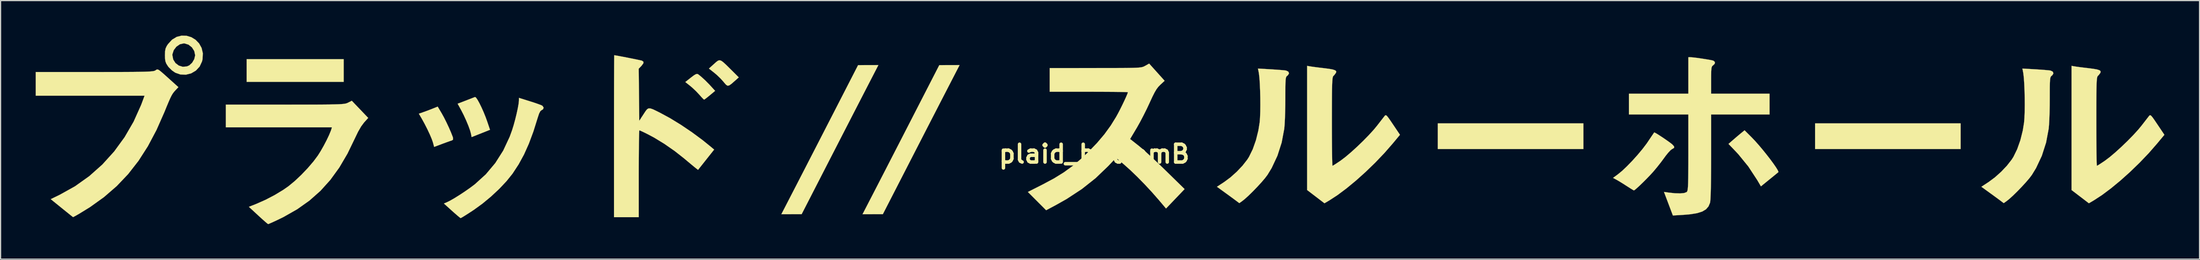
<source format=kicad_pcb>
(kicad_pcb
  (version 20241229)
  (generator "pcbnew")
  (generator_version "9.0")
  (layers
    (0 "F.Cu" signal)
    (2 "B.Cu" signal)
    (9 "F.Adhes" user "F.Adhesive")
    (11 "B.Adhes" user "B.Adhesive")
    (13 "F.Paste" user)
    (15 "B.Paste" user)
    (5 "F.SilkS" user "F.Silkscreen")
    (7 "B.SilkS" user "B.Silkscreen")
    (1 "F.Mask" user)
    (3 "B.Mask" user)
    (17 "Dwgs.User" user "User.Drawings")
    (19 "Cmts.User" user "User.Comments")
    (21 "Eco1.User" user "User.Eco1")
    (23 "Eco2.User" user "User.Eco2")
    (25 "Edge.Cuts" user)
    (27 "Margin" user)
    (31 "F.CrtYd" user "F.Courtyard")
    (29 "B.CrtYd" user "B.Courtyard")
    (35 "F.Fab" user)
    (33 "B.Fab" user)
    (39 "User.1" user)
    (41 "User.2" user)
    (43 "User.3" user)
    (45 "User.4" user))
  (footprint "plaid_bottomB"
    (layer "F.Cu")
    (at 90.514 10.151)
    (property "Reference" "plaid_bottomB" (at 0 0 0) (layer "F.SilkS") (effects (font (size 1.524 1.524) (thickness 0.3))))
    (attr through_hole)
    (fp_poly (pts (xy -64.177 -6.181) (xy -72.475 -6.181) (xy -72.475 -8.128) (xy -64.177 -8.128) (xy -64.177 -6.181)) (stroke (width 0.01) (type solid)) (fill yes) (layer "F.SilkS"))
    (fp_poly (pts (xy 41.825 -0.423) (xy 29.379 -0.423) (xy 29.379 -2.625) (xy 41.825 -2.625) (xy 41.825 -0.423)) (stroke (width 0.01) (type solid)) (fill yes) (layer "F.SilkS"))
    (fp_poly (pts (xy 74.083 -0.423) (xy 61.637 -0.423) (xy 61.637 -2.625) (xy 74.083 -2.625) (xy 74.083 -0.423)) (stroke (width 0.01) (type solid)) (fill yes) (layer "F.SilkS"))
    (fp_poly (pts (xy -31.9 -7.996) (xy -31.721 -7.868) (xy -31.478 -7.644) (xy -31.144 -7.313) (xy -31.051 -7.221) (xy -30.395 -6.567) (xy -30.755 -6.246) (xy -31.029 -6.007) (xy -31.216 -5.877) (xy -31.354 -5.854) (xy -31.484 -5.936) (xy -31.644 -6.12) (xy -31.697 -6.186) (xy -31.949 -6.467) (xy -32.261 -6.768) (xy -32.486 -6.959) (xy -32.947 -7.324) (xy -32.506 -7.722) (xy -32.319 -7.89) (xy -32.173 -7.998) (xy -32.042 -8.037) (xy -31.9 -7.996)) (stroke (width 0.01) (type solid)) (fill yes) (layer "F.SilkS"))
    (fp_poly (pts (xy -33.864 -6.831) (xy -33.593 -6.612) (xy -33.259 -6.305) (xy -32.909 -5.95) (xy -32.783 -5.813) (xy -32.418 -5.412) (xy -32.867 -5.036) (xy -33.097 -4.849) (xy -33.272 -4.713) (xy -33.358 -4.659) (xy -33.359 -4.659) (xy -33.431 -4.717) (xy -33.58 -4.871) (xy -33.77 -5.086) (xy -34.045 -5.379) (xy -34.36 -5.677) (xy -34.553 -5.841) (xy -34.966 -6.168) (xy -34.486 -6.549) (xy -34.224 -6.747) (xy -34.052 -6.847) (xy -33.936 -6.864) (xy -33.864 -6.831)) (stroke (width 0.01) (type solid)) (fill yes) (layer "F.SilkS"))
    (fp_poly (pts (xy -52.863 -4.832) (xy -52.734 -4.648) (xy -52.574 -4.36) (xy -52.396 -3.997) (xy -52.213 -3.587) (xy -52.039 -3.156) (xy -51.909 -2.794) (xy -51.666 -2.074) (xy -52.016 -1.935) (xy -52.31 -1.818) (xy -52.653 -1.681) (xy -52.802 -1.622) (xy -53.238 -1.449) (xy -53.292 -1.736) (xy -53.372 -2.028) (xy -53.515 -2.423) (xy -53.702 -2.873) (xy -53.913 -3.334) (xy -54.13 -3.759) (xy -54.144 -3.784) (xy -54.432 -4.309) (xy -53.738 -4.577) (xy -53.414 -4.703) (xy -53.145 -4.807) (xy -52.975 -4.873) (xy -52.945 -4.885) (xy -52.863 -4.832)) (stroke (width 0.01) (type solid)) (fill yes) (layer "F.SilkS"))
    (fp_poly (pts (xy -19.516 -5.567) (xy -19.762 -5.089) (xy -20.073 -4.484) (xy -20.438 -3.774) (xy -20.844 -2.983) (xy -21.28 -2.134) (xy -21.734 -1.249) (xy -22.193 -0.353) (xy -22.647 0.531) (xy -22.797 0.824) (xy -25.019 5.161) (xy -25.887 5.163) (xy -26.754 5.165) (xy -25.696 3.111) (xy -25.45 2.634) (xy -25.139 2.028) (xy -24.774 1.319) (xy -24.368 0.527) (xy -23.932 -0.322) (xy -23.478 -1.206) (xy -23.019 -2.102) (xy -22.565 -2.987) (xy -22.415 -3.279) (xy -20.193 -7.616) (xy -19.325 -7.618) (xy -18.458 -7.62) (xy -19.516 -5.567)) (stroke (width 0.01) (type solid)) (fill yes) (layer "F.SilkS"))
    (fp_poly (pts (xy -12.573 -5.567) (xy -12.819 -5.089) (xy -13.131 -4.484) (xy -13.495 -3.774) (xy -13.902 -2.983) (xy -14.338 -2.134) (xy -14.791 -1.249) (xy -15.251 -0.353) (xy -15.704 0.531) (xy -15.854 0.824) (xy -18.076 5.161) (xy -18.944 5.163) (xy -19.812 5.165) (xy -18.753 3.111) (xy -18.507 2.634) (xy -18.196 2.028) (xy -17.831 1.319) (xy -17.425 0.527) (xy -16.989 -0.322) (xy -16.535 -1.206) (xy -16.076 -2.102) (xy -15.622 -2.987) (xy -15.473 -3.279) (xy -13.25 -7.616) (xy -12.383 -7.618) (xy -11.515 -7.62) (xy -12.573 -5.567)) (stroke (width 0.01) (type solid)) (fill yes) (layer "F.SilkS"))
    (fp_poly (pts (xy 56.219 -1.418) (xy 56.508 -1.114) (xy 56.827 -0.753) (xy 57.159 -0.358) (xy 57.488 0.051) (xy 57.797 0.45) (xy 58.069 0.82) (xy 58.289 1.137) (xy 58.438 1.38) (xy 58.502 1.527) (xy 58.496 1.557) (xy 58.421 1.62) (xy 58.242 1.767) (xy 57.988 1.975) (xy 57.733 2.182) (xy 57.005 2.775) (xy 56.695 2.245) (xy 55.927 1.071) (xy 55.07 0.017) (xy 54.876 -0.19) (xy 54.233 -0.864) (xy 54.612 -1.195) (xy 54.886 -1.432) (xy 55.168 -1.67) (xy 55.299 -1.779) (xy 55.607 -2.031) (xy 56.219 -1.418)) (stroke (width 0.01) (type solid)) (fill yes) (layer "F.SilkS"))
    (fp_poly (pts (xy -55.8 -3.489) (xy -55.608 -3.142) (xy -55.396 -2.719) (xy -55.185 -2.27) (xy -55.001 -1.846) (xy -54.865 -1.498) (xy -54.828 -1.386) (xy -54.827 -1.228) (xy -54.925 -1.163) (xy -55.071 -1.115) (xy -55.328 -1.023) (xy -55.648 -0.906) (xy -55.759 -0.864) (xy -56.442 -0.608) (xy -56.544 -0.99) (xy -56.643 -1.276) (xy -56.807 -1.665) (xy -57.017 -2.114) (xy -57.253 -2.579) (xy -57.493 -3.016) (xy -57.535 -3.089) (xy -57.748 -3.453) (xy -57.386 -3.58) (xy -57.086 -3.688) (xy -56.738 -3.821) (xy -56.581 -3.883) (xy -56.139 -4.06) (xy -55.8 -3.489)) (stroke (width 0.01) (type solid)) (fill yes) (layer "F.SilkS"))
    (fp_poly (pts (xy 47.958 -1.818) (xy 48.139 -1.712) (xy 48.388 -1.554) (xy 48.672 -1.366) (xy 48.956 -1.17) (xy 49.206 -0.992) (xy 49.388 -0.852) (xy 49.424 -0.82) (xy 49.58 -0.649) (xy 49.589 -0.533) (xy 49.45 -0.442) (xy 49.415 -0.428) (xy 49.28 -0.327) (xy 49.085 -0.12) (xy 48.862 0.156) (xy 48.75 0.311) (xy 48.463 0.7) (xy 48.127 1.127) (xy 47.808 1.508) (xy 47.757 1.566) (xy 47.503 1.842) (xy 47.214 2.142) (xy 46.916 2.44) (xy 46.634 2.712) (xy 46.393 2.933) (xy 46.221 3.078) (xy 46.143 3.124) (xy 46.058 3.079) (xy 45.867 2.963) (xy 45.609 2.798) (xy 45.525 2.744) (xy 45.209 2.541) (xy 44.906 2.354) (xy 44.676 2.22) (xy 44.655 2.208) (xy 44.36 2.05) (xy 44.774 1.746) (xy 45.134 1.45) (xy 45.556 1.049) (xy 46.01 0.58) (xy 46.461 0.077) (xy 46.878 -0.423) (xy 47.229 -0.886) (xy 47.325 -1.026) (xy 47.538 -1.345) (xy 47.716 -1.608) (xy 47.837 -1.786) (xy 47.881 -1.849) (xy 47.958 -1.818)) (stroke (width 0.01) (type solid)) (fill yes) (layer "F.SilkS"))
    (fp_poly (pts (xy -77.61 -10.134) (xy -77.205 -10.011) (xy -76.842 -9.789) (xy -76.542 -9.479) (xy -76.327 -9.092) (xy -76.221 -8.64) (xy -76.244 -8.133) (xy -76.288 -7.94) (xy -76.492 -7.498) (xy -76.812 -7.152) (xy -77.216 -6.914) (xy -77.672 -6.798) (xy -78.147 -6.818) (xy -78.579 -6.97) (xy -78.86 -7.166) (xy -79.126 -7.426) (xy -79.206 -7.528) (xy -79.347 -7.751) (xy -79.424 -7.957) (xy -79.455 -8.214) (xy -79.46 -8.467) (xy -78.825 -8.467) (xy -78.752 -8.094) (xy -78.557 -7.79) (xy -78.275 -7.577) (xy -77.94 -7.475) (xy -77.586 -7.505) (xy -77.379 -7.595) (xy -77.136 -7.818) (xy -76.954 -8.128) (xy -76.878 -8.45) (xy -76.877 -8.467) (xy -76.953 -8.828) (xy -77.154 -9.143) (xy -77.444 -9.373) (xy -77.786 -9.48) (xy -77.855 -9.483) (xy -78.187 -9.405) (xy -78.484 -9.198) (xy -78.708 -8.904) (xy -78.819 -8.561) (xy -78.825 -8.467) (xy -79.46 -8.467) (xy -79.45 -8.803) (xy -79.407 -9.04) (xy -79.312 -9.247) (xy -79.205 -9.412) (xy -78.854 -9.797) (xy -78.457 -10.038) (xy -78.035 -10.146) (xy -77.61 -10.134)) (stroke (width 0.01) (type solid)) (fill yes) (layer "F.SilkS"))
    (fp_poly (pts (xy -48.239 -4.513) (xy -47.854 -4.389) (xy -47.525 -4.274) (xy -47.287 -4.183) (xy -47.181 -4.129) (xy -47.08 -3.973) (xy -47.134 -3.829) (xy -47.243 -3.768) (xy -47.357 -3.678) (xy -47.467 -3.47) (xy -47.584 -3.118) (xy -47.588 -3.106) (xy -47.958 -1.922) (xy -48.345 -0.88) (xy -48.76 0.047) (xy -49.217 0.886) (xy -49.726 1.665) (xy -49.755 1.705) (xy -50.257 2.331) (xy -50.876 2.989) (xy -51.573 3.642) (xy -52.31 4.254) (xy -53.046 4.789) (xy -53.09 4.818) (xy -53.459 5.06) (xy -53.777 5.263) (xy -54.018 5.412) (xy -54.156 5.49) (xy -54.177 5.498) (xy -54.257 5.443) (xy -54.434 5.296) (xy -54.681 5.082) (xy -54.918 4.87) (xy -55.608 4.246) (xy -55.371 4.148) (xy -55.087 4.008) (xy -54.706 3.789) (xy -54.267 3.515) (xy -53.808 3.211) (xy -53.365 2.901) (xy -52.977 2.609) (xy -52.953 2.59) (xy -52.022 1.743) (xy -51.215 0.781) (xy -50.535 -0.291) (xy -49.983 -1.473) (xy -49.779 -2.034) (xy -49.644 -2.468) (xy -49.512 -2.953) (xy -49.391 -3.448) (xy -49.291 -3.91) (xy -49.222 -4.298) (xy -49.193 -4.569) (xy -49.193 -4.585) (xy -49.191 -4.81) (xy -48.239 -4.513)) (stroke (width 0.01) (type solid)) (fill yes) (layer "F.SilkS"))
    (fp_poly (pts (xy -62.782 -3.827) (xy -62.081 -3.092) (xy -62.439 -2.695) (xy -62.686 -2.361) (xy -62.953 -1.897) (xy -63.2 -1.382) (xy -63.851 -0.035) (xy -64.553 1.162) (xy -65.32 2.222) (xy -66.166 3.161) (xy -67.105 3.994) (xy -68.149 4.735) (xy -69.314 5.399) (xy -69.791 5.633) (xy -70.125 5.79) (xy -70.401 5.914) (xy -70.582 5.993) (xy -70.637 6.011) (xy -70.713 5.957) (xy -70.888 5.808) (xy -71.137 5.587) (xy -71.435 5.316) (xy -71.483 5.271) (xy -72.282 4.531) (xy -71.637 4.274) (xy -70.862 3.931) (xy -70.082 3.523) (xy -69.358 3.086) (xy -68.895 2.763) (xy -68.363 2.323) (xy -67.797 1.789) (xy -67.244 1.207) (xy -66.748 0.625) (xy -66.382 0.132) (xy -66.138 -0.257) (xy -65.881 -0.71) (xy -65.635 -1.181) (xy -65.426 -1.622) (xy -65.276 -1.986) (xy -65.239 -2.095) (xy -65.182 -2.286) (xy -74.253 -2.286) (xy -74.253 -4.233) (xy -69.191 -4.233) (xy -68.136 -4.234) (xy -67.238 -4.234) (xy -66.482 -4.236) (xy -65.855 -4.24) (xy -65.343 -4.245) (xy -64.933 -4.253) (xy -64.612 -4.263) (xy -64.366 -4.277) (xy -64.181 -4.294) (xy -64.045 -4.315) (xy -63.943 -4.34) (xy -63.863 -4.37) (xy -63.806 -4.398) (xy -63.483 -4.562) (xy -62.782 -3.827)) (stroke (width 0.01) (type solid)) (fill yes) (layer "F.SilkS"))
    (fp_poly (pts (xy 50.99 -8.295) (xy 51.188 -8.28) (xy 51.49 -8.244) (xy 51.851 -8.194) (xy 52.223 -8.137) (xy 52.561 -8.081) (xy 52.818 -8.031) (xy 52.938 -7.999) (xy 53.069 -7.885) (xy 53.053 -7.733) (xy 52.917 -7.6) (xy 52.849 -7.546) (xy 52.802 -7.462) (xy 52.772 -7.32) (xy 52.756 -7.091) (xy 52.749 -6.747) (xy 52.747 -6.33) (xy 52.747 -5.165) (xy 57.743 -5.165) (xy 57.743 -3.387) (xy 52.747 -3.387) (xy 52.747 0.233) (xy 52.744 1.235) (xy 52.738 2.104) (xy 52.727 2.831) (xy 52.711 3.412) (xy 52.692 3.839) (xy 52.669 4.106) (xy 52.655 4.181) (xy 52.521 4.497) (xy 52.304 4.746) (xy 51.986 4.935) (xy 51.55 5.073) (xy 50.979 5.167) (xy 50.38 5.218) (xy 49.477 5.273) (xy 49.096 4.262) (xy 48.715 3.252) (xy 49.143 3.313) (xy 49.666 3.369) (xy 50.11 3.38) (xy 50.447 3.346) (xy 50.65 3.268) (xy 50.667 3.254) (xy 50.701 3.202) (xy 50.729 3.114) (xy 50.751 2.971) (xy 50.769 2.76) (xy 50.781 2.462) (xy 50.79 2.064) (xy 50.796 1.548) (xy 50.799 0.899) (xy 50.8 0.1) (xy 50.8 -0.133) (xy 50.8 -3.387) (xy 45.72 -3.387) (xy 45.72 -5.165) (xy 50.8 -5.165) (xy 50.8 -8.297) (xy 50.99 -8.295)) (stroke (width 0.01) (type solid)) (fill yes) (layer "F.SilkS"))
    (fp_poly (pts (xy -80.05 -7.236) (xy -79.938 -7.171) (xy -79.771 -7.039) (xy -79.528 -6.826) (xy -79.186 -6.519) (xy -79.055 -6.4) (xy -78.311 -5.729) (xy -78.558 -5.468) (xy -78.679 -5.333) (xy -78.785 -5.193) (xy -78.889 -5.022) (xy -79.003 -4.792) (xy -79.142 -4.478) (xy -79.319 -4.055) (xy -79.504 -3.598) (xy -80.183 -2.059) (xy -80.919 -0.668) (xy -81.723 0.588) (xy -82.608 1.724) (xy -83.586 2.754) (xy -84.668 3.692) (xy -85.867 4.553) (xy -86.767 5.108) (xy -87.028 5.258) (xy -87.223 5.366) (xy -87.315 5.413) (xy -87.317 5.413) (xy -87.385 5.36) (xy -87.561 5.22) (xy -87.82 5.011) (xy -88.14 4.753) (xy -88.279 4.64) (xy -89.225 3.873) (xy -88.455 3.498) (xy -87.146 2.768) (xy -85.929 1.9) (xy -84.811 0.903) (xy -83.801 -0.214) (xy -82.908 -1.442) (xy -82.139 -2.77) (xy -81.502 -4.191) (xy -81.414 -4.424) (xy -81.203 -4.995) (xy -90.509 -4.995) (xy -90.509 -7.027) (xy -85.49 -7.027) (xy -84.431 -7.028) (xy -83.528 -7.029) (xy -82.768 -7.032) (xy -82.14 -7.036) (xy -81.629 -7.043) (xy -81.223 -7.051) (xy -80.909 -7.063) (xy -80.674 -7.077) (xy -80.505 -7.095) (xy -80.389 -7.116) (xy -80.314 -7.142) (xy -80.279 -7.162) (xy -80.199 -7.218) (xy -80.13 -7.247) (xy -80.05 -7.236)) (stroke (width 0.01) (type solid)) (fill yes) (layer "F.SilkS"))
    (fp_poly (pts (xy 15.107 -7.259) (xy 15.54 -7.231) (xy 15.925 -7.202) (xy 16.224 -7.175) (xy 16.397 -7.153) (xy 16.408 -7.151) (xy 16.601 -7.053) (xy 16.653 -6.903) (xy 16.552 -6.744) (xy 16.521 -6.721) (xy 16.462 -6.673) (xy 16.417 -6.609) (xy 16.385 -6.505) (xy 16.364 -6.34) (xy 16.35 -6.091) (xy 16.343 -5.736) (xy 16.341 -5.251) (xy 16.34 -4.758) (xy 16.336 -4.159) (xy 16.323 -3.563) (xy 16.304 -3.012) (xy 16.28 -2.544) (xy 16.251 -2.199) (xy 16.247 -2.159) (xy 16.026 -0.98) (xy 15.662 0.153) (xy 15.168 1.208) (xy 14.811 1.794) (xy 14.599 2.074) (xy 14.298 2.427) (xy 13.94 2.818) (xy 13.559 3.212) (xy 13.19 3.574) (xy 12.865 3.868) (xy 12.655 4.035) (xy 12.404 4.214) (xy 12.15 4.022) (xy 11.971 3.889) (xy 11.699 3.689) (xy 11.379 3.455) (xy 11.194 3.321) (xy 10.492 2.811) (xy 11.109 2.406) (xy 11.651 2.003) (xy 12.189 1.52) (xy 12.68 1) (xy 13.081 0.487) (xy 13.231 0.251) (xy 13.554 -0.409) (xy 13.827 -1.183) (xy 14.034 -2.019) (xy 14.144 -2.709) (xy 14.176 -3.105) (xy 14.195 -3.613) (xy 14.202 -4.195) (xy 14.198 -4.814) (xy 14.183 -5.431) (xy 14.159 -6.007) (xy 14.125 -6.504) (xy 14.083 -6.885) (xy 14.066 -6.985) (xy 14 -7.324) (xy 15.107 -7.259)) (stroke (width 0.01) (type solid)) (fill yes) (layer "F.SilkS"))
    (fp_poly (pts (xy 80.47 -7.259) (xy 80.902 -7.231) (xy 81.287 -7.202) (xy 81.586 -7.175) (xy 81.76 -7.153) (xy 81.77 -7.151) (xy 81.964 -7.053) (xy 82.015 -6.903) (xy 81.915 -6.744) (xy 81.884 -6.721) (xy 81.825 -6.673) (xy 81.78 -6.609) (xy 81.748 -6.505) (xy 81.726 -6.34) (xy 81.713 -6.091) (xy 81.706 -5.736) (xy 81.704 -5.251) (xy 81.703 -4.758) (xy 81.699 -4.159) (xy 81.686 -3.563) (xy 81.667 -3.012) (xy 81.642 -2.544) (xy 81.614 -2.199) (xy 81.609 -2.159) (xy 81.388 -0.98) (xy 81.025 0.153) (xy 80.53 1.208) (xy 80.173 1.794) (xy 79.962 2.074) (xy 79.66 2.427) (xy 79.302 2.818) (xy 78.922 3.212) (xy 78.552 3.574) (xy 78.228 3.868) (xy 78.017 4.035) (xy 77.766 4.214) (xy 77.512 4.022) (xy 77.334 3.889) (xy 77.062 3.689) (xy 76.742 3.455) (xy 76.557 3.321) (xy 75.855 2.811) (xy 76.472 2.406) (xy 77.014 2.003) (xy 77.552 1.52) (xy 78.043 1) (xy 78.443 0.487) (xy 78.594 0.251) (xy 78.916 -0.409) (xy 79.189 -1.183) (xy 79.397 -2.019) (xy 79.507 -2.709) (xy 79.538 -3.105) (xy 79.557 -3.613) (xy 79.564 -4.195) (xy 79.56 -4.814) (xy 79.546 -5.431) (xy 79.521 -6.007) (xy 79.488 -6.504) (xy 79.446 -6.885) (xy 79.429 -6.985) (xy 79.363 -7.324) (xy 80.47 -7.259)) (stroke (width 0.01) (type solid)) (fill yes) (layer "F.SilkS"))
    (fp_poly (pts (xy -40.92 -8.448) (xy -40.672 -8.404) (xy -40.337 -8.341) (xy -39.954 -8.267) (xy -39.561 -8.189) (xy -39.198 -8.115) (xy -38.903 -8.053) (xy -38.715 -8.01) (xy -38.672 -7.998) (xy -38.544 -7.905) (xy -38.557 -7.765) (xy -38.713 -7.559) (xy -38.736 -7.534) (xy -38.95 -7.311) (xy -38.904 -2.844) (xy -38.533 -3.414) (xy -38.369 -3.665) (xy -38.24 -3.829) (xy -38.112 -3.909) (xy -37.952 -3.907) (xy -37.727 -3.828) (xy -37.403 -3.672) (xy -37.126 -3.533) (xy -36.265 -3.066) (xy -35.342 -2.499) (xy -34.403 -1.864) (xy -33.495 -1.192) (xy -32.782 -0.614) (xy -32.501 -0.377) (xy -33.189 0.492) (xy -33.877 1.361) (xy -34.072 1.21) (xy -34.212 1.097) (xy -34.447 0.902) (xy -34.746 0.652) (xy -35.061 0.387) (xy -35.875 -0.255) (xy -36.748 -0.863) (xy -37.621 -1.398) (xy -38.156 -1.685) (xy -38.465 -1.838) (xy -38.714 -1.956) (xy -38.868 -2.023) (xy -38.896 -2.032) (xy -38.907 -1.95) (xy -38.917 -1.716) (xy -38.925 -1.347) (xy -38.933 -0.86) (xy -38.939 -0.271) (xy -38.944 0.401) (xy -38.946 1.14) (xy -38.947 1.693) (xy -38.947 5.419) (xy -41.063 5.419) (xy -41.063 -1.524) (xy -41.063 -2.592) (xy -41.062 -3.61) (xy -41.061 -4.565) (xy -41.06 -5.444) (xy -41.058 -6.236) (xy -41.055 -6.928) (xy -41.053 -7.507) (xy -41.05 -7.961) (xy -41.047 -8.277) (xy -41.044 -8.443) (xy -41.042 -8.466) (xy -40.92 -8.448)) (stroke (width 0.01) (type solid)) (fill yes) (layer "F.SilkS"))
    (fp_poly (pts (xy 18.479 -7.507) (xy 18.682 -7.476) (xy 19.001 -7.434) (xy 19.383 -7.387) (xy 19.6 -7.362) (xy 20.077 -7.301) (xy 20.405 -7.24) (xy 20.602 -7.173) (xy 20.688 -7.092) (xy 20.681 -6.989) (xy 20.664 -6.953) (xy 20.527 -6.766) (xy 20.452 -6.693) (xy 20.42 -6.65) (xy 20.394 -6.57) (xy 20.373 -6.439) (xy 20.356 -6.241) (xy 20.343 -5.961) (xy 20.333 -5.586) (xy 20.327 -5.101) (xy 20.323 -4.492) (xy 20.321 -3.742) (xy 20.32 -2.839) (xy 20.32 -2.784) (xy 20.321 -2) (xy 20.324 -1.271) (xy 20.329 -0.613) (xy 20.335 -0.043) (xy 20.343 0.421) (xy 20.352 0.763) (xy 20.362 0.965) (xy 20.37 1.016) (xy 20.457 0.971) (xy 20.649 0.85) (xy 20.912 0.675) (xy 21.064 0.572) (xy 21.469 0.265) (xy 21.947 -0.14) (xy 22.464 -0.61) (xy 22.984 -1.112) (xy 23.475 -1.614) (xy 23.901 -2.082) (xy 24.177 -2.417) (xy 24.411 -2.719) (xy 24.62 -2.988) (xy 24.771 -3.183) (xy 24.816 -3.242) (xy 24.876 -3.308) (xy 24.937 -3.325) (xy 25.016 -3.272) (xy 25.132 -3.133) (xy 25.305 -2.889) (xy 25.547 -2.531) (xy 26.141 -1.645) (xy 25.511 -0.886) (xy 24.802 -0.073) (xy 24.028 0.739) (xy 23.214 1.529) (xy 22.387 2.272) (xy 21.574 2.945) (xy 20.799 3.525) (xy 20.089 3.988) (xy 20.053 4.009) (xy 19.684 4.225) (xy 18.944 3.658) (xy 18.203 3.091) (xy 18.203 -7.554) (xy 18.479 -7.507)) (stroke (width 0.01) (type solid)) (fill yes) (layer "F.SilkS"))
    (fp_poly (pts (xy 83.841 -7.507) (xy 84.044 -7.476) (xy 84.363 -7.434) (xy 84.745 -7.387) (xy 84.963 -7.362) (xy 85.44 -7.301) (xy 85.768 -7.24) (xy 85.965 -7.173) (xy 86.05 -7.092) (xy 86.044 -6.989) (xy 86.027 -6.953) (xy 85.89 -6.766) (xy 85.814 -6.693) (xy 85.783 -6.65) (xy 85.757 -6.57) (xy 85.735 -6.439) (xy 85.718 -6.241) (xy 85.705 -5.961) (xy 85.696 -5.586) (xy 85.689 -5.101) (xy 85.685 -4.492) (xy 85.683 -3.742) (xy 85.683 -2.839) (xy 85.683 -2.784) (xy 85.684 -2) (xy 85.687 -1.271) (xy 85.692 -0.613) (xy 85.698 -0.043) (xy 85.706 0.421) (xy 85.715 0.763) (xy 85.724 0.965) (xy 85.732 1.016) (xy 85.819 0.971) (xy 86.011 0.85) (xy 86.275 0.675) (xy 86.426 0.572) (xy 86.832 0.265) (xy 87.31 -0.14) (xy 87.826 -0.61) (xy 88.347 -1.112) (xy 88.838 -1.614) (xy 89.264 -2.082) (xy 89.54 -2.417) (xy 89.774 -2.719) (xy 89.982 -2.988) (xy 90.134 -3.183) (xy 90.179 -3.242) (xy 90.239 -3.308) (xy 90.299 -3.325) (xy 90.378 -3.272) (xy 90.495 -3.133) (xy 90.668 -2.889) (xy 90.909 -2.531) (xy 91.504 -1.645) (xy 90.874 -0.886) (xy 90.165 -0.073) (xy 89.391 0.739) (xy 88.577 1.529) (xy 87.75 2.272) (xy 86.936 2.945) (xy 86.162 3.525) (xy 85.452 3.988) (xy 85.415 4.009) (xy 85.047 4.225) (xy 84.307 3.658) (xy 83.566 3.091) (xy 83.566 -7.554) (xy 83.841 -7.507)) (stroke (width 0.01) (type solid)) (fill yes) (layer "F.SilkS"))
    (fp_poly (pts (xy 5.356 -7.013) (xy 6.018 -6.275) (xy 5.645 -5.931) (xy 5.478 -5.759) (xy 5.322 -5.551) (xy 5.16 -5.277) (xy 4.974 -4.908) (xy 4.745 -4.412) (xy 4.733 -4.384) (xy 4.489 -3.862) (xy 4.207 -3.296) (xy 3.921 -2.749) (xy 3.662 -2.286) (xy 3.63 -2.232) (xy 3.066 -1.283) (xy 3.798 -0.705) (xy 4.065 -0.482) (xy 4.426 -0.163) (xy 4.853 0.227) (xy 5.32 0.664) (xy 5.8 1.123) (xy 6.128 1.442) (xy 7.726 3.01) (xy 6.932 3.842) (xy 6.138 4.674) (xy 5.505 3.925) (xy 4.933 3.271) (xy 4.316 2.606) (xy 3.689 1.965) (xy 3.09 1.387) (xy 2.563 0.915) (xy 1.866 0.323) (xy 1.176 1.053) (xy 0.117 2.07) (xy -1.056 3.001) (xy -2.36 3.858) (xy -3.306 4.392) (xy -4.113 4.822) (xy -5.674 3.256) (xy -4.382 2.601) (xy -3.431 2.091) (xy -2.6 1.576) (xy -1.838 1.022) (xy -1.099 0.395) (xy -0.505 -0.169) (xy 0.241 -0.946) (xy 0.87 -1.69) (xy 1.415 -2.443) (xy 1.87 -3.18) (xy 2.03 -3.471) (xy 2.212 -3.822) (xy 2.399 -4.199) (xy 2.576 -4.569) (xy 2.725 -4.896) (xy 2.831 -5.147) (xy 2.878 -5.287) (xy 2.879 -5.296) (xy 2.797 -5.304) (xy 2.564 -5.312) (xy 2.198 -5.319) (xy 1.716 -5.325) (xy 1.138 -5.329) (xy 0.48 -5.332) (xy -0.239 -5.334) (xy -0.466 -5.334) (xy -3.81 -5.334) (xy -3.81 -7.366) (xy 0.106 -7.367) (xy 1.021 -7.368) (xy 1.783 -7.369) (xy 2.406 -7.371) (xy 2.908 -7.376) (xy 3.302 -7.383) (xy 3.605 -7.394) (xy 3.832 -7.409) (xy 3.999 -7.429) (xy 4.122 -7.455) (xy 4.216 -7.487) (xy 4.297 -7.526) (xy 4.358 -7.559) (xy 4.695 -7.75) (xy 5.356 -7.013)) (stroke (width 0.01) (type solid)) (fill yes) (layer "F.SilkS")))
  (gr_rect
    (start -3 -3)
    (end 185.023 19.168)
    (stroke (width 0.1) (type default))
    (fill no)
    (layer "Edge.Cuts")))
</source>
